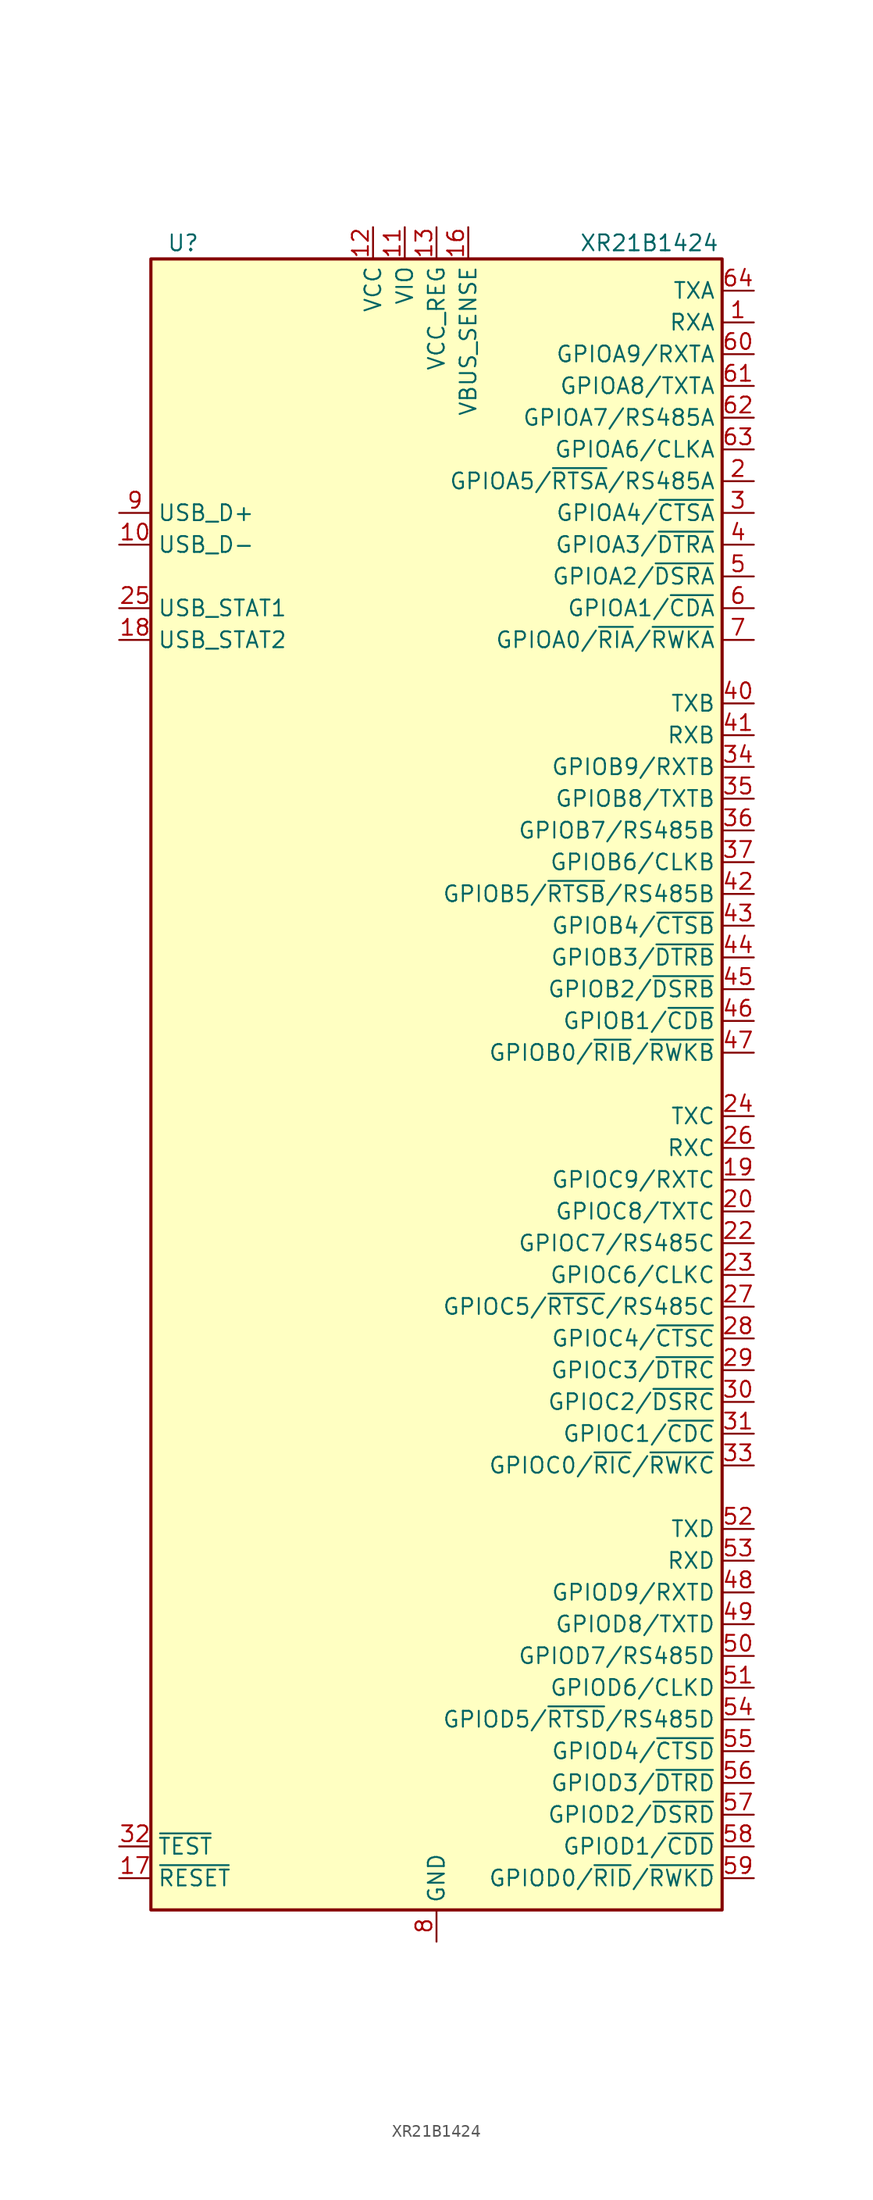
<source format=kicad_sym>
(kicad_symbol_lib
  (version 20241209)
  (generator "kicad_symbol_editor")
  (generator_version "9.0")
  (symbol "XR21B1424"
    (property "Reference" "U"
      (at -21.59 67.31 0)
      (effects (font (size 1.27 1.27)) (justify left)))
    (property "Value" "XR21B1424"
      (at 11.43 67.31 0)
      (effects (font (size 1.27 1.27)) (justify left)))
    (symbol "XR21B1424_0_1"
      (rectangle (start -22.86 66.04) (end 22.86 -66.04) (stroke (width 0.254) (type default)) (fill (type background))))
    (symbol "XR21B1424_1_1"
      (pin bidirectional line (at -25.4 45.72 0) (length 2.54) (name "USB_D+" (effects (font (size 1.27 1.27)))) (number "9" (effects (font (size 1.27 1.27)))))
      (pin bidirectional line (at -25.4 43.18 0) (length 2.54) (name "USB_D-" (effects (font (size 1.27 1.27)))) (number "10" (effects (font (size 1.27 1.27)))))
      (pin output line (at -25.4 38.1 0) (length 2.54) (name "USB_STAT1" (effects (font (size 1.27 1.27)))) (number "25" (effects (font (size 1.27 1.27)))))
      (pin output line (at -25.4 35.56 0) (length 2.54) (name "USB_STAT2" (effects (font (size 1.27 1.27)))) (number "18" (effects (font (size 1.27 1.27)))))
      (pin passive line (at -25.4 -60.96 0) (length 2.54) (name "~{TEST}" (effects (font (size 1.27 1.27)))) (number "32" (effects (font (size 1.27 1.27)))))
      (pin passive line (at -25.4 -63.5 0) (length 2.54) (name "~{RESET}" (effects (font (size 1.27 1.27)))) (number "17" (effects (font (size 1.27 1.27)))))
      (pin power_in line (at -5.08 68.58 270) (length 2.54) (name "VCC" (effects (font (size 1.27 1.27)))) (number "12" (effects (font (size 1.27 1.27)))))
      (pin power_in line (at -2.54 68.58 270) (length 2.54) (name "VIO" (effects (font (size 1.27 1.27)))) (number "11" (effects (font (size 1.27 1.27)))))
      (pin passive line (at -2.54 68.58 270) (length 2.54) (hide yes) (name "VIO" (effects (font (size 1.27 1.27)))) (number "38" (effects (font (size 1.27 1.27)))))
      (pin power_in line (at 0 68.58 270) (length 2.54) (name "VCC_REG" (effects (font (size 1.27 1.27)))) (number "13" (effects (font (size 1.27 1.27)))))
      (pin passive line (at 0 -68.58 90) (length 2.54) (hide yes) (name "GND" (effects (font (size 1.27 1.27)))) (number "14" (effects (font (size 1.27 1.27)))))
      (pin passive line (at 0 -68.58 90) (length 2.54) (hide yes) (name "GND" (effects (font (size 1.27 1.27)))) (number "15" (effects (font (size 1.27 1.27)))))
      (pin passive line (at 0 -68.58 90) (length 2.54) (hide yes) (name "GND" (effects (font (size 1.27 1.27)))) (number "21" (effects (font (size 1.27 1.27)))))
      (pin passive line (at 0 -68.58 90) (length 2.54) (hide yes) (name "GND" (effects (font (size 1.27 1.27)))) (number "39" (effects (font (size 1.27 1.27)))))
      (pin power_in line (at 0 -68.58 90) (length 2.54) (name "GND" (effects (font (size 1.27 1.27)))) (number "8" (effects (font (size 1.27 1.27)))))
      (pin input line (at 2.54 68.58 270) (length 2.54) (name "VBUS_SENSE" (effects (font (size 1.27 1.27)))) (number "16" (effects (font (size 1.27 1.27)))))
      (pin output line (at 25.4 63.5 180) (length 2.54) (name "TXA" (effects (font (size 1.27 1.27)))) (number "64" (effects (font (size 1.27 1.27)))))
      (pin input line (at 25.4 60.96 180) (length 2.54) (name "RXA" (effects (font (size 1.27 1.27)))) (number "1" (effects (font (size 1.27 1.27)))))
      (pin bidirectional line (at 25.4 58.42 180) (length 2.54) (name "GPIOA9/RXTA" (effects (font (size 1.27 1.27)))) (number "60" (effects (font (size 1.27 1.27)))))
      (pin bidirectional line (at 25.4 55.88 180) (length 2.54) (name "GPIOA8/TXTA" (effects (font (size 1.27 1.27)))) (number "61" (effects (font (size 1.27 1.27)))))
      (pin bidirectional line (at 25.4 53.34 180) (length 2.54) (name "GPIOA7/RS485A" (effects (font (size 1.27 1.27)))) (number "62" (effects (font (size 1.27 1.27)))))
      (pin bidirectional line (at 25.4 50.8 180) (length 2.54) (name "GPIOA6/CLKA" (effects (font (size 1.27 1.27)))) (number "63" (effects (font (size 1.27 1.27)))))
      (pin bidirectional line (at 25.4 48.26 180) (length 2.54) (name "GPIOA5/~{RTSA}/RS485A" (effects (font (size 1.27 1.27)))) (number "2" (effects (font (size 1.27 1.27)))))
      (pin bidirectional line (at 25.4 45.72 180) (length 2.54) (name "GPIOA4/~{CTSA}" (effects (font (size 1.27 1.27)))) (number "3" (effects (font (size 1.27 1.27)))))
      (pin bidirectional line (at 25.4 43.18 180) (length 2.54) (name "GPIOA3/~{DTRA}" (effects (font (size 1.27 1.27)))) (number "4" (effects (font (size 1.27 1.27)))))
      (pin bidirectional line (at 25.4 40.64 180) (length 2.54) (name "GPIOA2/~{DSRA}" (effects (font (size 1.27 1.27)))) (number "5" (effects (font (size 1.27 1.27)))))
      (pin bidirectional line (at 25.4 38.1 180) (length 2.54) (name "GPIOA1/~{CDA}" (effects (font (size 1.27 1.27)))) (number "6" (effects (font (size 1.27 1.27)))))
      (pin bidirectional line (at 25.4 35.56 180) (length 2.54) (name "GPIOA0/~{RIA}/~{RWKA}" (effects (font (size 1.27 1.27)))) (number "7" (effects (font (size 1.27 1.27)))))
      (pin output line (at 25.4 30.48 180) (length 2.54) (name "TXB" (effects (font (size 1.27 1.27)))) (number "40" (effects (font (size 1.27 1.27)))))
      (pin input line (at 25.4 27.94 180) (length 2.54) (name "RXB" (effects (font (size 1.27 1.27)))) (number "41" (effects (font (size 1.27 1.27)))))
      (pin bidirectional line (at 25.4 25.4 180) (length 2.54) (name "GPIOB9/RXTB" (effects (font (size 1.27 1.27)))) (number "34" (effects (font (size 1.27 1.27)))))
      (pin bidirectional line (at 25.4 22.86 180) (length 2.54) (name "GPIOB8/TXTB" (effects (font (size 1.27 1.27)))) (number "35" (effects (font (size 1.27 1.27)))))
      (pin bidirectional line (at 25.4 20.32 180) (length 2.54) (name "GPIOB7/RS485B" (effects (font (size 1.27 1.27)))) (number "36" (effects (font (size 1.27 1.27)))))
      (pin bidirectional line (at 25.4 17.78 180) (length 2.54) (name "GPIOB6/CLKB" (effects (font (size 1.27 1.27)))) (number "37" (effects (font (size 1.27 1.27)))))
      (pin bidirectional line (at 25.4 15.24 180) (length 2.54) (name "GPIOB5/~{RTSB}/RS485B" (effects (font (size 1.27 1.27)))) (number "42" (effects (font (size 1.27 1.27)))))
      (pin bidirectional line (at 25.4 12.7 180) (length 2.54) (name "GPIOB4/~{CTSB}" (effects (font (size 1.27 1.27)))) (number "43" (effects (font (size 1.27 1.27)))))
      (pin bidirectional line (at 25.4 10.16 180) (length 2.54) (name "GPIOB3/~{DTRB}" (effects (font (size 1.27 1.27)))) (number "44" (effects (font (size 1.27 1.27)))))
      (pin bidirectional line (at 25.4 7.62 180) (length 2.54) (name "GPIOB2/~{DSRB}" (effects (font (size 1.27 1.27)))) (number "45" (effects (font (size 1.27 1.27)))))
      (pin bidirectional line (at 25.4 5.08 180) (length 2.54) (name "GPIOB1/~{CDB}" (effects (font (size 1.27 1.27)))) (number "46" (effects (font (size 1.27 1.27)))))
      (pin bidirectional line (at 25.4 2.54 180) (length 2.54) (name "GPIOB0/~{RIB}/~{RWKB}" (effects (font (size 1.27 1.27)))) (number "47" (effects (font (size 1.27 1.27)))))
      (pin output line (at 25.4 -2.54 180) (length 2.54) (name "TXC" (effects (font (size 1.27 1.27)))) (number "24" (effects (font (size 1.27 1.27)))))
      (pin input line (at 25.4 -5.08 180) (length 2.54) (name "RXC" (effects (font (size 1.27 1.27)))) (number "26" (effects (font (size 1.27 1.27)))))
      (pin bidirectional line (at 25.4 -7.62 180) (length 2.54) (name "GPIOC9/RXTC" (effects (font (size 1.27 1.27)))) (number "19" (effects (font (size 1.27 1.27)))))
      (pin bidirectional line (at 25.4 -10.16 180) (length 2.54) (name "GPIOC8/TXTC" (effects (font (size 1.27 1.27)))) (number "20" (effects (font (size 1.27 1.27)))))
      (pin bidirectional line (at 25.4 -12.7 180) (length 2.54) (name "GPIOC7/RS485C" (effects (font (size 1.27 1.27)))) (number "22" (effects (font (size 1.27 1.27)))))
      (pin bidirectional line (at 25.4 -15.24 180) (length 2.54) (name "GPIOC6/CLKC" (effects (font (size 1.27 1.27)))) (number "23" (effects (font (size 1.27 1.27)))))
      (pin bidirectional line (at 25.4 -17.78 180) (length 2.54) (name "GPIOC5/~{RTSC}/RS485C" (effects (font (size 1.27 1.27)))) (number "27" (effects (font (size 1.27 1.27)))))
      (pin bidirectional line (at 25.4 -20.32 180) (length 2.54) (name "GPIOC4/~{CTSC}" (effects (font (size 1.27 1.27)))) (number "28" (effects (font (size 1.27 1.27)))))
      (pin bidirectional line (at 25.4 -22.86 180) (length 2.54) (name "GPIOC3/~{DTRC}" (effects (font (size 1.27 1.27)))) (number "29" (effects (font (size 1.27 1.27)))))
      (pin bidirectional line (at 25.4 -25.4 180) (length 2.54) (name "GPIOC2/~{DSRC}" (effects (font (size 1.27 1.27)))) (number "30" (effects (font (size 1.27 1.27)))))
      (pin bidirectional line (at 25.4 -27.94 180) (length 2.54) (name "GPIOC1/~{CDC}" (effects (font (size 1.27 1.27)))) (number "31" (effects (font (size 1.27 1.27)))))
      (pin bidirectional line (at 25.4 -30.48 180) (length 2.54) (name "GPIOC0/~{RIC}/~{RWKC}" (effects (font (size 1.27 1.27)))) (number "33" (effects (font (size 1.27 1.27)))))
      (pin output line (at 25.4 -35.56 180) (length 2.54) (name "TXD" (effects (font (size 1.27 1.27)))) (number "52" (effects (font (size 1.27 1.27)))))
      (pin input line (at 25.4 -38.1 180) (length 2.54) (name "RXD" (effects (font (size 1.27 1.27)))) (number "53" (effects (font (size 1.27 1.27)))))
      (pin bidirectional line (at 25.4 -40.64 180) (length 2.54) (name "GPIOD9/RXTD" (effects (font (size 1.27 1.27)))) (number "48" (effects (font (size 1.27 1.27)))))
      (pin bidirectional line (at 25.4 -43.18 180) (length 2.54) (name "GPIOD8/TXTD" (effects (font (size 1.27 1.27)))) (number "49" (effects (font (size 1.27 1.27)))))
      (pin bidirectional line (at 25.4 -45.72 180) (length 2.54) (name "GPIOD7/RS485D" (effects (font (size 1.27 1.27)))) (number "50" (effects (font (size 1.27 1.27)))))
      (pin bidirectional line (at 25.4 -48.26 180) (length 2.54) (name "GPIOD6/CLKD" (effects (font (size 1.27 1.27)))) (number "51" (effects (font (size 1.27 1.27)))))
      (pin bidirectional line (at 25.4 -50.8 180) (length 2.54) (name "GPIOD5/~{RTSD}/RS485D" (effects (font (size 1.27 1.27)))) (number "54" (effects (font (size 1.27 1.27)))))
      (pin bidirectional line (at 25.4 -53.34 180) (length 2.54) (name "GPIOD4/~{CTSD}" (effects (font (size 1.27 1.27)))) (number "55" (effects (font (size 1.27 1.27)))))
      (pin bidirectional line (at 25.4 -55.88 180) (length 2.54) (name "GPIOD3/~{DTRD}" (effects (font (size 1.27 1.27)))) (number "56" (effects (font (size 1.27 1.27)))))
      (pin bidirectional line (at 25.4 -58.42 180) (length 2.54) (name "GPIOD2/~{DSRD}" (effects (font (size 1.27 1.27)))) (number "57" (effects (font (size 1.27 1.27)))))
      (pin bidirectional line (at 25.4 -60.96 180) (length 2.54) (name "GPIOD1/~{CDD}" (effects (font (size 1.27 1.27)))) (number "58" (effects (font (size 1.27 1.27)))))
      (pin bidirectional line (at 25.4 -63.5 180) (length 2.54) (name "GPIOD0/~{RID}/~{RWKD}" (effects (font (size 1.27 1.27)))) (number "59" (effects (font (size 1.27 1.27))))))))
</source>
